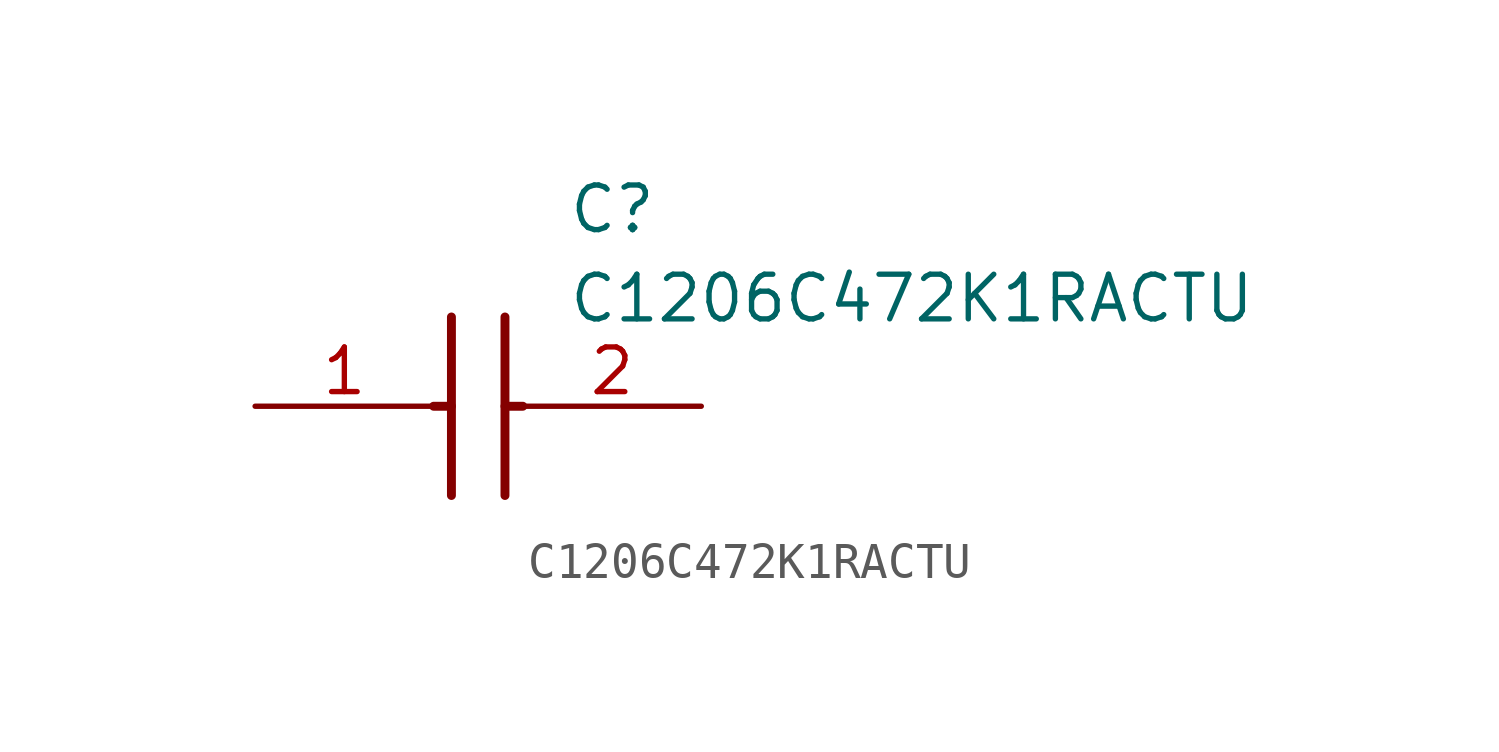
<source format=kicad_sym>
(kicad_symbol_lib
  (version 20211014)
  (generator SamacSys_ECAD_Model)
  (symbol "C1206C472K1RACTU"
    (pin_names hide)
    (property "Reference" "C"
      (at 8.89 6.35 0)
      (effects (font (size 1.27 1.27)) (justify left top)))
    (property "Value" "C1206C472K1RACTU"
      (at 8.89 3.81 0)
      (effects (font (size 1.27 1.27)) (justify left top)))
    (polyline
      (pts (xy 5.588 2.54) (xy 5.588 -2.54))
      (stroke (width 0.254) (type default))
      (fill (type none)))
    (polyline
      (pts (xy 7.112 2.54) (xy 7.112 -2.54))
      (stroke (width 0.254) (type default))
      (fill (type none)))
    (polyline
      (pts (xy 5.08 0) (xy 5.588 0))
      (stroke (width 0.254) (type default))
      (fill (type none)))
    (polyline
      (pts (xy 7.112 0) (xy 7.62 0))
      (stroke (width 0.254) (type default))
      (fill (type none)))
    (pin passive line
      (at 0 0 0)
      (length 5.08)
      (name "1" (effects (font (size 1.27 1.27))))
      (number "1" (effects (font (size 1.27 1.27)))))
    (pin passive line
      (at 12.7 0 180)
      (length 5.08)
      (name "2" (effects (font (size 1.27 1.27))))
      (number "2" (effects (font (size 1.27 1.27)))))))
</source>
